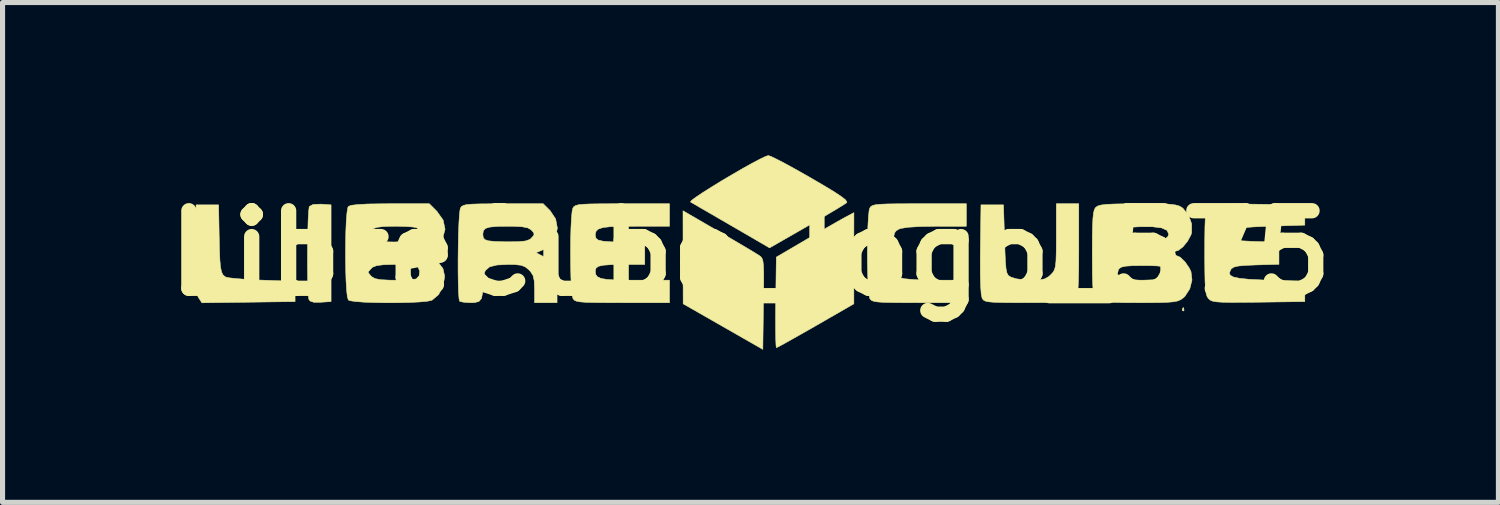
<source format=kicad_pcb>
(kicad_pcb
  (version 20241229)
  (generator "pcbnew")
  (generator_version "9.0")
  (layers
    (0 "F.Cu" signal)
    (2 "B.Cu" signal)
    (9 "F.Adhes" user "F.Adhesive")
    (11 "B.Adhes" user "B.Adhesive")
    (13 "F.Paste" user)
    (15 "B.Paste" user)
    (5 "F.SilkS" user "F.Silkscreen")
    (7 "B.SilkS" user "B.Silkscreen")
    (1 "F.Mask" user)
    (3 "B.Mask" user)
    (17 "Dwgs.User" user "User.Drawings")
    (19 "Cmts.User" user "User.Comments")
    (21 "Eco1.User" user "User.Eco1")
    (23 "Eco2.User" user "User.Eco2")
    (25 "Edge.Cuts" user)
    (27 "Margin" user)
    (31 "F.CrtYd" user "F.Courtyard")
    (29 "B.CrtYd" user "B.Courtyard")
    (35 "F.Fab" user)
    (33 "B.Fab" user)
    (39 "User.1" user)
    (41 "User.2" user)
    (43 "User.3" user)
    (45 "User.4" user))
  (footprint "LibreCube_logo_575"
    (layer "F.Cu")
    (at 11.691 1.924)
    (property "Reference" "LibreCube_logo_575" (at 0 0 0) (layer "F.SilkS") (effects (font (size 1.524 1.524) (thickness 0.3))))
    (attr through_hole)
    (fp_poly (pts (xy 8.511 1.075) (xy 8.516 1.127) (xy 8.511 1.134) (xy 8.485 1.128) (xy 8.481 1.104) (xy 8.498 1.068) (xy 8.511 1.075)) (stroke (width 0.01) (type solid)) (fill yes) (layer "F.SilkS"))
    (fp_poly (pts (xy -0.626 -0.428) (xy -0.395 -0.294) (xy -0.186 -0.171) (xy -0.012 -0.068) (xy 0.113 0.008) (xy 0.171 0.044) (xy 0.204 0.069) (xy 0.228 0.102) (xy 0.245 0.154) (xy 0.255 0.238) (xy 0.26 0.366) (xy 0.261 0.551) (xy 0.258 0.803) (xy 0.255 1) (xy 0.243 1.889) (xy -0.54 1.441) (xy -1.322 0.994) (xy -1.324 0.08) (xy -1.325 -0.834) (xy -0.626 -0.428)) (stroke (width 0.01) (type solid)) (fill yes) (layer "F.SilkS"))
    (fp_poly (pts (xy -8.433 -0.964) (xy -8.238 -0.95) (xy -8.238 0.95) (xy -8.443 0.963) (xy -8.579 0.963) (xy -8.651 0.938) (xy -8.675 0.904) (xy -8.685 0.833) (xy -8.693 0.692) (xy -8.698 0.499) (xy -8.701 0.27) (xy -8.701 0.023) (xy -8.699 -0.227) (xy -8.694 -0.461) (xy -8.688 -0.664) (xy -8.679 -0.818) (xy -8.668 -0.907) (xy -8.664 -0.919) (xy -8.59 -0.958) (xy -8.442 -0.964) (xy -8.433 -0.964)) (stroke (width 0.01) (type solid)) (fill yes) (layer "F.SilkS"))
    (fp_poly (pts (xy 2.031 0.098) (xy 2.031 0.994) (xy 1.283 1.425) (xy 1.051 1.557) (xy 0.846 1.673) (xy 0.68 1.766) (xy 0.564 1.829) (xy 0.511 1.855) (xy 0.509 1.855) (xy 0.502 1.813) (xy 0.497 1.696) (xy 0.494 1.517) (xy 0.493 1.289) (xy 0.495 1.026) (xy 0.496 0.966) (xy 0.508 0.076) (xy 1.104 -0.273) (xy 1.324 -0.401) (xy 1.531 -0.52) (xy 1.706 -0.62) (xy 1.831 -0.69) (xy 1.866 -0.709) (xy 2.032 -0.797) (xy 2.031 0.098)) (stroke (width 0.01) (type solid)) (fill yes) (layer "F.SilkS"))
    (fp_poly (pts (xy -10.436 -0.353) (xy -10.43 -0.073) (xy -10.422 0.132) (xy -10.409 0.275) (xy -10.389 0.368) (xy -10.361 0.425) (xy -10.322 0.459) (xy -10.304 0.469) (xy -10.233 0.484) (xy -10.093 0.499) (xy -9.9 0.514) (xy -9.673 0.526) (xy -9.586 0.529) (xy -8.945 0.552) (xy -8.945 0.95) (xy -9.86 0.962) (xy -10.775 0.974) (xy -10.844 0.869) (xy -10.868 0.818) (xy -10.886 0.744) (xy -10.897 0.633) (xy -10.903 0.474) (xy -10.904 0.254) (xy -10.902 -0.041) (xy -10.901 -0.093) (xy -10.889 -0.95) (xy -10.447 -0.95) (xy -10.436 -0.353)) (stroke (width 0.01) (type solid)) (fill yes) (layer "F.SilkS"))
    (fp_poly (pts (xy 0.409 -1.899) (xy 0.53 -1.84) (xy 0.702 -1.75) (xy 0.911 -1.635) (xy 1.146 -1.502) (xy 1.182 -1.481) (xy 1.452 -1.323) (xy 1.652 -1.202) (xy 1.787 -1.112) (xy 1.866 -1.05) (xy 1.894 -1.009) (xy 1.889 -0.991) (xy 1.834 -0.955) (xy 1.716 -0.882) (xy 1.547 -0.781) (xy 1.34 -0.66) (xy 1.109 -0.526) (xy 1.104 -0.523) (xy 0.375 -0.105) (xy -0.375 -0.541) (xy -0.61 -0.677) (xy -0.82 -0.799) (xy -0.993 -0.899) (xy -1.116 -0.971) (xy -1.177 -1.006) (xy -1.179 -1.007) (xy -1.158 -1.037) (xy -1.073 -1.1) (xy -0.938 -1.191) (xy -0.765 -1.3) (xy -0.569 -1.421) (xy -0.362 -1.543) (xy -0.159 -1.661) (xy 0.028 -1.765) (xy 0.185 -1.848) (xy 0.298 -1.902) (xy 0.351 -1.919) (xy 0.409 -1.899)) (stroke (width 0.01) (type solid)) (fill yes) (layer "F.SilkS"))
    (fp_poly (pts (xy 6.449 -0.053) (xy 6.448 0.292) (xy 6.442 0.556) (xy 6.432 0.743) (xy 6.417 0.862) (xy 6.398 0.917) (xy 6.396 0.919) (xy 6.343 0.939) (xy 6.226 0.954) (xy 6.039 0.965) (xy 5.775 0.97) (xy 5.47 0.972) (xy 5.171 0.971) (xy 4.948 0.969) (xy 4.79 0.964) (xy 4.683 0.955) (xy 4.616 0.941) (xy 4.578 0.921) (xy 4.555 0.893) (xy 4.551 0.885) (xy 4.533 0.805) (xy 4.521 0.643) (xy 4.515 0.407) (xy 4.514 0.102) (xy 4.516 -0.076) (xy 4.528 -0.95) (xy 4.97 -0.95) (xy 4.992 -0.266) (xy 5 -0.007) (xy 5.009 0.178) (xy 5.02 0.303) (xy 5.036 0.381) (xy 5.059 0.428) (xy 5.092 0.456) (xy 5.124 0.473) (xy 5.227 0.503) (xy 5.381 0.524) (xy 5.513 0.529) (xy 5.677 0.524) (xy 5.783 0.503) (xy 5.861 0.457) (xy 5.899 0.422) (xy 5.942 0.376) (xy 5.971 0.326) (xy 5.99 0.257) (xy 6.001 0.154) (xy 6.006 -0.001) (xy 6.008 -0.222) (xy 6.008 -0.329) (xy 6.008 -0.972) (xy 6.449 -0.972) (xy 6.449 -0.053)) (stroke (width 0.01) (type solid)) (fill yes) (layer "F.SilkS"))
    (fp_poly (pts (xy 4.241 -0.972) (xy 4.241 -0.53) (xy 3.633 -0.529) (xy 3.322 -0.524) (xy 3.094 -0.51) (xy 2.95 -0.486) (xy 2.915 -0.473) (xy 2.864 -0.442) (xy 2.832 -0.401) (xy 2.814 -0.329) (xy 2.807 -0.209) (xy 2.805 -0.021) (xy 2.805 0) (xy 2.806 0.195) (xy 2.813 0.32) (xy 2.83 0.396) (xy 2.86 0.439) (xy 2.91 0.47) (xy 2.915 0.473) (xy 3.023 0.501) (xy 3.216 0.519) (xy 3.493 0.528) (xy 3.633 0.529) (xy 4.241 0.53) (xy 4.241 0.972) (xy 3.315 0.972) (xy 3.005 0.971) (xy 2.772 0.969) (xy 2.605 0.965) (xy 2.49 0.956) (xy 2.418 0.943) (xy 2.375 0.925) (xy 2.35 0.899) (xy 2.343 0.886) (xy 2.327 0.812) (xy 2.314 0.663) (xy 2.304 0.451) (xy 2.298 0.191) (xy 2.297 0) (xy 2.3 -0.286) (xy 2.307 -0.531) (xy 2.318 -0.722) (xy 2.332 -0.847) (xy 2.343 -0.886) (xy 2.363 -0.915) (xy 2.396 -0.936) (xy 2.455 -0.952) (xy 2.55 -0.962) (xy 2.694 -0.968) (xy 2.897 -0.971) (xy 3.173 -0.972) (xy 3.315 -0.972) (xy 4.241 -0.972)) (stroke (width 0.01) (type solid)) (fill yes) (layer "F.SilkS"))
    (fp_poly (pts (xy -1.59 -0.972) (xy -1.59 -0.53) (xy -2.266 -0.53) (xy -2.548 -0.528) (xy -2.754 -0.521) (xy -2.895 -0.505) (xy -2.983 -0.477) (xy -3.03 -0.436) (xy -3.047 -0.379) (xy -3.048 -0.349) (xy -3.035 -0.295) (xy -2.989 -0.258) (xy -2.895 -0.236) (xy -2.74 -0.224) (xy -2.511 -0.221) (xy -2.492 -0.221) (xy -2.076 -0.221) (xy -2.076 0.221) (xy -2.492 0.221) (xy -2.727 0.224) (xy -2.886 0.235) (xy -2.984 0.256) (xy -3.033 0.292) (xy -3.048 0.345) (xy -3.048 0.349) (xy -3.04 0.415) (xy -3.007 0.462) (xy -2.937 0.495) (xy -2.82 0.515) (xy -2.643 0.526) (xy -2.394 0.53) (xy -2.266 0.53) (xy -1.59 0.53) (xy -1.59 0.972) (xy -2.516 0.972) (xy -2.826 0.971) (xy -3.058 0.969) (xy -3.226 0.965) (xy -3.341 0.956) (xy -3.413 0.943) (xy -3.456 0.925) (xy -3.48 0.899) (xy -3.488 0.886) (xy -3.505 0.811) (xy -3.518 0.665) (xy -3.527 0.466) (xy -3.532 0.233) (xy -3.534 -0.017) (xy -3.532 -0.265) (xy -3.526 -0.495) (xy -3.516 -0.687) (xy -3.503 -0.825) (xy -3.488 -0.886) (xy -3.468 -0.915) (xy -3.435 -0.936) (xy -3.376 -0.952) (xy -3.281 -0.962) (xy -3.137 -0.968) (xy -2.934 -0.971) (xy -2.658 -0.972) (xy -2.516 -0.972) (xy -1.59 -0.972)) (stroke (width 0.01) (type solid)) (fill yes) (layer "F.SilkS"))
    (fp_poly (pts (xy 9.745 -0.965) (xy 9.988 -0.962) (xy 10.889 -0.95) (xy 10.889 -0.552) (xy 10.195 -0.53) (xy 9.896 -0.518) (xy 9.677 -0.502) (xy 9.529 -0.479) (xy 9.442 -0.448) (xy 9.409 -0.405) (xy 9.421 -0.348) (xy 9.437 -0.319) (xy 9.475 -0.283) (xy 9.545 -0.258) (xy 9.665 -0.243) (xy 9.851 -0.233) (xy 9.933 -0.23) (xy 10.381 -0.218) (xy 10.381 0.218) (xy 9.933 0.23) (xy 9.72 0.239) (xy 9.58 0.252) (xy 9.494 0.273) (xy 9.447 0.305) (xy 9.437 0.319) (xy 9.409 0.382) (xy 9.422 0.431) (xy 9.485 0.467) (xy 9.606 0.493) (xy 9.793 0.512) (xy 10.057 0.525) (xy 10.195 0.53) (xy 10.889 0.552) (xy 10.889 0.95) (xy 9.98 0.962) (xy 9.672 0.965) (xy 9.441 0.966) (xy 9.274 0.963) (xy 9.158 0.955) (xy 9.083 0.943) (xy 9.035 0.924) (xy 9.002 0.897) (xy 8.997 0.892) (xy 8.97 0.852) (xy 8.951 0.79) (xy 8.938 0.695) (xy 8.929 0.552) (xy 8.925 0.35) (xy 8.923 0.075) (xy 8.923 -0.008) (xy 8.924 -0.298) (xy 8.927 -0.514) (xy 8.933 -0.667) (xy 8.944 -0.77) (xy 8.961 -0.836) (xy 8.985 -0.878) (xy 9.005 -0.9) (xy 9.042 -0.925) (xy 9.097 -0.943) (xy 9.183 -0.956) (xy 9.312 -0.963) (xy 9.495 -0.966) (xy 9.745 -0.965)) (stroke (width 0.01) (type solid)) (fill yes) (layer "F.SilkS"))
    (fp_poly (pts (xy -3.935 -0.836) (xy -3.827 -0.674) (xy -3.793 -0.494) (xy -3.828 -0.317) (xy -3.929 -0.166) (xy -4.077 -0.067) (xy -4.212 -0.01) (xy -4.074 0.061) (xy -3.941 0.148) (xy -3.857 0.256) (xy -3.813 0.405) (xy -3.799 0.618) (xy -3.799 0.65) (xy -3.799 0.972) (xy -4.241 0.972) (xy -4.241 0.705) (xy -4.247 0.543) (xy -4.271 0.437) (xy -4.322 0.358) (xy -4.349 0.329) (xy -4.421 0.27) (xy -4.503 0.237) (xy -4.625 0.223) (xy -4.759 0.221) (xy -4.978 0.231) (xy -5.123 0.267) (xy -5.209 0.341) (xy -5.249 0.461) (xy -5.257 0.595) (xy -5.262 0.778) (xy -5.284 0.89) (xy -5.334 0.948) (xy -5.424 0.97) (xy -5.497 0.972) (xy -5.619 0.965) (xy -5.701 0.949) (xy -5.713 0.942) (xy -5.725 0.887) (xy -5.734 0.76) (xy -5.74 0.578) (xy -5.743 0.357) (xy -5.743 0.113) (xy -5.74 -0.136) (xy -5.735 -0.374) (xy -5.735 -0.374) (xy -5.257 -0.374) (xy -5.25 -0.311) (xy -5.22 -0.269) (xy -5.15 -0.244) (xy -5.028 -0.231) (xy -4.836 -0.225) (xy -4.763 -0.224) (xy -4.557 -0.227) (xy -4.422 -0.24) (xy -4.34 -0.268) (xy -4.31 -0.29) (xy -4.252 -0.356) (xy -4.256 -0.402) (xy -4.31 -0.461) (xy -4.374 -0.498) (xy -4.486 -0.52) (xy -4.663 -0.529) (xy -4.748 -0.53) (xy -4.969 -0.527) (xy -5.116 -0.514) (xy -5.204 -0.488) (xy -5.246 -0.443) (xy -5.257 -0.376) (xy -5.257 -0.374) (xy -5.735 -0.374) (xy -5.727 -0.585) (xy -5.717 -0.752) (xy -5.704 -0.859) (xy -5.697 -0.886) (xy -5.675 -0.917) (xy -5.638 -0.939) (xy -5.575 -0.955) (xy -5.47 -0.964) (xy -5.314 -0.969) (xy -5.091 -0.971) (xy -4.861 -0.972) (xy -4.071 -0.972) (xy -3.935 -0.836)) (stroke (width 0.01) (type solid)) (fill yes) (layer "F.SilkS"))
    (fp_poly (pts (xy -6.308 -0.972) (xy -6.158 -0.822) (xy -6.037 -0.651) (xy -5.999 -0.472) (xy -6.045 -0.297) (xy -6.137 -0.173) (xy -6.234 -0.091) (xy -6.319 -0.047) (xy -6.336 -0.044) (xy -6.396 -0.021) (xy -6.405 0) (xy -6.369 0.039) (xy -6.336 0.044) (xy -6.262 0.074) (xy -6.165 0.147) (xy -6.137 0.173) (xy -6.04 0.302) (xy -6.008 0.445) (xy -6.008 0.465) (xy -6.04 0.653) (xy -6.127 0.814) (xy -6.252 0.92) (xy -6.26 0.924) (xy -6.346 0.943) (xy -6.496 0.957) (xy -6.694 0.967) (xy -6.922 0.972) (xy -7.16 0.973) (xy -7.393 0.969) (xy -7.6 0.961) (xy -7.766 0.948) (xy -7.872 0.931) (xy -7.898 0.919) (xy -7.918 0.856) (xy -7.933 0.722) (xy -7.944 0.533) (xy -7.949 0.375) (xy -7.51 0.375) (xy -7.482 0.415) (xy -7.44 0.461) (xy -7.376 0.498) (xy -7.264 0.52) (xy -7.087 0.529) (xy -7.002 0.53) (xy -6.823 0.527) (xy -6.672 0.519) (xy -6.577 0.507) (xy -6.563 0.503) (xy -6.508 0.443) (xy -6.497 0.35) (xy -6.532 0.269) (xy -6.563 0.248) (xy -6.638 0.235) (xy -6.776 0.226) (xy -6.949 0.221) (xy -7.002 0.221) (xy -7.207 0.226) (xy -7.341 0.243) (xy -7.421 0.274) (xy -7.44 0.29) (xy -7.495 0.351) (xy -7.51 0.375) (xy -7.949 0.375) (xy -7.951 0.307) (xy -7.954 0.06) (xy -7.953 -0.192) (xy -7.949 -0.375) (xy -7.51 -0.375) (xy -7.482 -0.336) (xy -7.44 -0.29) (xy -7.376 -0.253) (xy -7.264 -0.231) (xy -7.087 -0.222) (xy -7.002 -0.221) (xy -6.823 -0.224) (xy -6.672 -0.232) (xy -6.577 -0.244) (xy -6.563 -0.248) (xy -6.508 -0.308) (xy -6.497 -0.401) (xy -6.532 -0.482) (xy -6.563 -0.503) (xy -6.638 -0.516) (xy -6.776 -0.525) (xy -6.949 -0.53) (xy -7.002 -0.53) (xy -7.207 -0.525) (xy -7.341 -0.508) (xy -7.421 -0.477) (xy -7.44 -0.461) (xy -7.495 -0.4) (xy -7.51 -0.375) (xy -7.949 -0.375) (xy -7.948 -0.43) (xy -7.939 -0.639) (xy -7.925 -0.801) (xy -7.908 -0.899) (xy -7.898 -0.919) (xy -7.841 -0.941) (xy -7.715 -0.956) (xy -7.516 -0.967) (xy -7.236 -0.971) (xy -7.077 -0.972) (xy -6.308 -0.972)) (stroke (width 0.01) (type solid)) (fill yes) (layer "F.SilkS"))
    (fp_poly (pts (xy 7.897 -0.971) (xy 8.103 -0.968) (xy 8.249 -0.961) (xy 8.349 -0.948) (xy 8.418 -0.929) (xy 8.47 -0.901) (xy 8.496 -0.881) (xy 8.606 -0.747) (xy 8.666 -0.576) (xy 8.666 -0.405) (xy 8.653 -0.361) (xy 8.586 -0.236) (xy 8.496 -0.126) (xy 8.406 -0.056) (xy 8.363 -0.044) (xy 8.31 -0.018) (xy 8.305 0) (xy 8.34 0.04) (xy 8.363 0.044) (xy 8.443 0.08) (xy 8.537 0.171) (xy 8.619 0.29) (xy 8.653 0.361) (xy 8.673 0.526) (xy 8.629 0.7) (xy 8.532 0.849) (xy 8.496 0.881) (xy 8.448 0.914) (xy 8.39 0.938) (xy 8.309 0.954) (xy 8.19 0.964) (xy 8.019 0.97) (xy 7.782 0.972) (xy 7.617 0.972) (xy 7.331 0.971) (xy 7.12 0.966) (xy 6.972 0.958) (xy 6.874 0.944) (xy 6.814 0.924) (xy 6.784 0.902) (xy 6.759 0.865) (xy 6.741 0.801) (xy 6.728 0.699) (xy 6.72 0.547) (xy 6.717 0.41) (xy 7.208 0.41) (xy 7.272 0.474) (xy 7.419 0.513) (xy 7.652 0.53) (xy 7.708 0.53) (xy 7.943 0.521) (xy 8.096 0.494) (xy 8.153 0.466) (xy 8.211 0.403) (xy 8.195 0.332) (xy 8.189 0.323) (xy 8.155 0.285) (xy 8.094 0.262) (xy 7.989 0.249) (xy 7.823 0.243) (xy 7.708 0.243) (xy 7.504 0.245) (xy 7.37 0.254) (xy 7.289 0.272) (xy 7.243 0.302) (xy 7.227 0.323) (xy 7.208 0.41) (xy 6.717 0.41) (xy 6.716 0.332) (xy 6.714 0.042) (xy 6.714 0) (xy 6.715 -0.3) (xy 6.716 -0.347) (xy 7.21 -0.347) (xy 7.241 -0.291) (xy 7.295 -0.254) (xy 7.392 -0.232) (xy 7.55 -0.222) (xy 7.672 -0.221) (xy 7.855 -0.226) (xy 8.012 -0.24) (xy 8.115 -0.26) (xy 8.131 -0.267) (xy 8.2 -0.329) (xy 8.216 -0.375) (xy 8.182 -0.449) (xy 8.077 -0.497) (xy 7.896 -0.52) (xy 7.657 -0.521) (xy 7.459 -0.51) (xy 7.332 -0.493) (xy 7.259 -0.464) (xy 7.23 -0.434) (xy 7.21 -0.347) (xy 6.716 -0.347) (xy 6.719 -0.523) (xy 6.727 -0.683) (xy 6.739 -0.791) (xy 6.756 -0.859) (xy 6.78 -0.899) (xy 6.784 -0.902) (xy 6.823 -0.928) (xy 6.89 -0.947) (xy 6.997 -0.96) (xy 7.156 -0.967) (xy 7.381 -0.971) (xy 7.617 -0.972) (xy 7.897 -0.971)) (stroke (width 0.01) (type solid)) (fill yes) (layer "F.SilkS")))
  (gr_rect
    (start -3 -3)
    (end 26.383 6.818)
    (stroke (width 0.1) (type default))
    (fill no)
    (layer "Edge.Cuts")))
</source>
